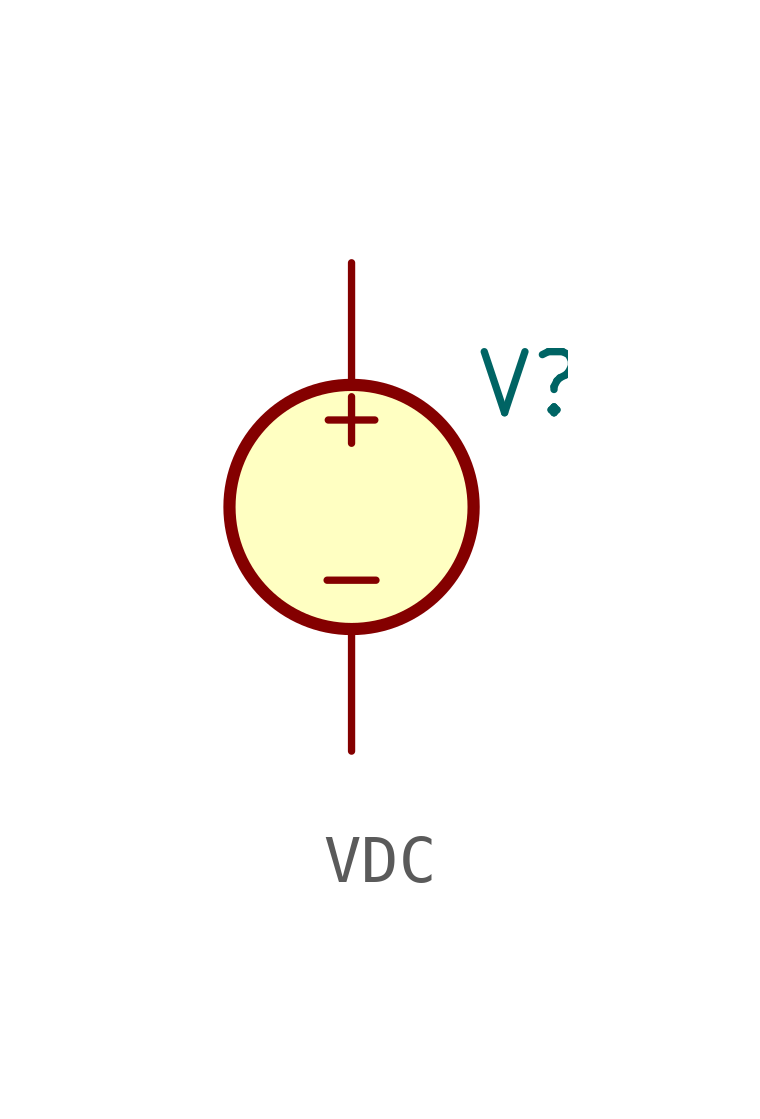
<source format=kicad_sym>
(kicad_symbol_lib
  (version 20231120)
  (generator "kicad_symbol_editor")
  (generator_version "8.0")
  (symbol "VDC"
    (pin_numbers hide)
    (pin_names
      (offset 0) hide)
    (property "Reference" "V"
      (at 2.54 2.54 0)
      (effects (font (size 1.27 1.27)) (justify left)))
    (symbol "VDC_0_0"
      (polyline (pts (xy -0.508 -1.524) (xy 0.508 -1.524)) (stroke (width 0) (type solid)) (fill (type none)))
      (text "+" (at 0 1.905 0) (effects (font (size 1.27 1.27)))))
    (symbol "VDC_0_1"
      (circle (center 0 0) (radius 2.54) (stroke (width 0.254) (type solid)) (fill (type background))))
    (symbol "VDC_1_1"
      (pin passive line (at 0 5.08 270) (length 2.54) (name "~" (effects (font (size 1.27 1.27)))) (number "1" (effects (font (size 1.27 1.27)))))
      (pin passive line (at 0 -5.08 90) (length 2.54) (name "~" (effects (font (size 1.27 1.27)))) (number "2" (effects (font (size 1.27 1.27))))))))
</source>
